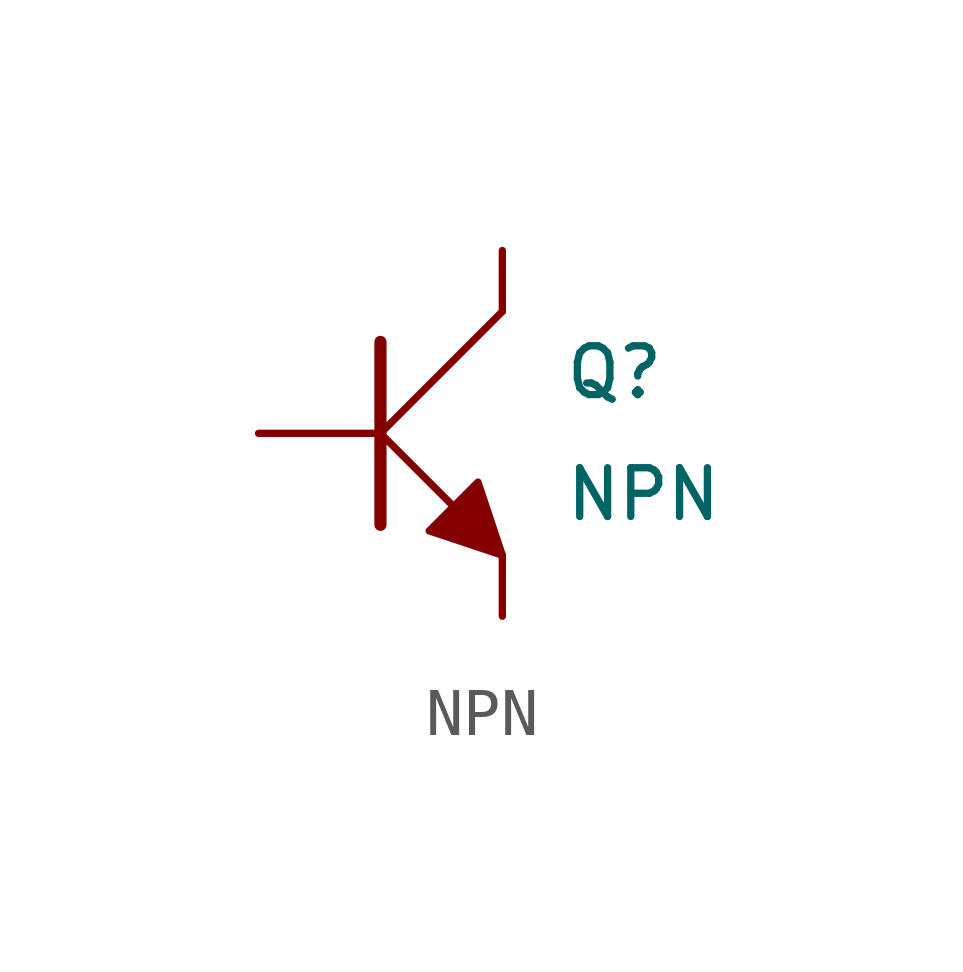
<source format=kicad_sym>
(kicad_symbol_lib
  (version 20211014)
  (generator kicad_symbol_editor)
  (symbol "NPN"
    (pin_numbers hide)
    (pin_names
      (offset 0) hide)
    (property "Reference" "Q"
      (at 3.81 1.27 0)
      (effects (font (size 1.016 1.016)) (justify left)))
    (property "Value" "NPN"
      (at 3.81 -1.27 0)
      (effects (font (size 1.016 1.016)) (justify left)))
    (symbol "NPN_0_1"
      (polyline (pts (xy 0 0) (xy 2.54 2.54)) (stroke (width 0) (type default) (color 0 0 0 0)) (fill (type none)))
      (polyline (pts (xy 0 1.905) (xy 0 -1.905) (xy 0 -1.905)) (stroke (width 0.254) (type default) (color 0 0 0 0)) (fill (type none)))
      (polyline (pts (xy 1.524 -1.524) (xy 0 0) (xy 0 0)) (stroke (width 0) (type default) (color 0 0 0 0)) (fill (type none)))
      (polyline (pts (xy 2.286 -2.286) (xy 2.54 -2.54) (xy 2.54 -2.54)) (stroke (width 0) (type default) (color 0 0 0 0)) (fill (type none)))
      (polyline (pts (xy 2.54 -2.54) (xy 2.032 -1.016) (xy 1.016 -2.032) (xy 2.54 -2.54) (xy 2.54 -2.54)) (stroke (width 0) (type default) (color 0 0 0 0)) (fill (type outline))))
    (symbol "NPN_1_1"
      (pin input line (at -2.54 0 0) (length 2.54) (name "B" (effects (font (size 1.016 1.016)))) (number "B" (effects (font (size 1.016 1.016)))))
      (pin passive line (at 2.54 3.81 270) (length 1.27) (name "C" (effects (font (size 1.016 1.016)))) (number "C" (effects (font (size 1.016 1.016)))))
      (pin passive line (at 2.54 -3.81 90) (length 1.27) (name "E" (effects (font (size 1.016 1.016)))) (number "E" (effects (font (size 1.016 1.016))))))))
</source>
